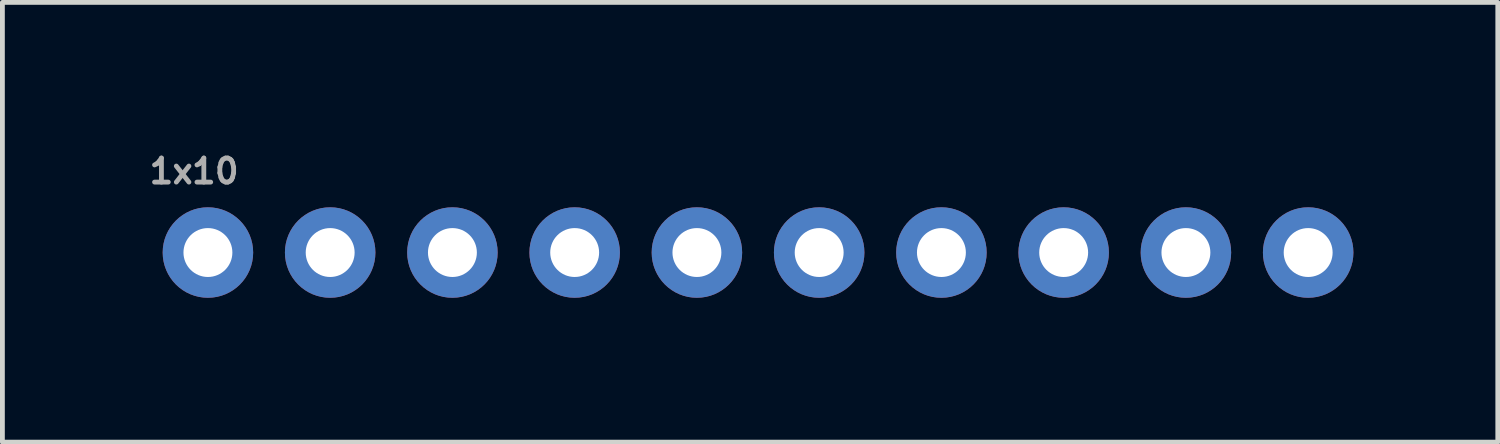
<source format=kicad_pcb>
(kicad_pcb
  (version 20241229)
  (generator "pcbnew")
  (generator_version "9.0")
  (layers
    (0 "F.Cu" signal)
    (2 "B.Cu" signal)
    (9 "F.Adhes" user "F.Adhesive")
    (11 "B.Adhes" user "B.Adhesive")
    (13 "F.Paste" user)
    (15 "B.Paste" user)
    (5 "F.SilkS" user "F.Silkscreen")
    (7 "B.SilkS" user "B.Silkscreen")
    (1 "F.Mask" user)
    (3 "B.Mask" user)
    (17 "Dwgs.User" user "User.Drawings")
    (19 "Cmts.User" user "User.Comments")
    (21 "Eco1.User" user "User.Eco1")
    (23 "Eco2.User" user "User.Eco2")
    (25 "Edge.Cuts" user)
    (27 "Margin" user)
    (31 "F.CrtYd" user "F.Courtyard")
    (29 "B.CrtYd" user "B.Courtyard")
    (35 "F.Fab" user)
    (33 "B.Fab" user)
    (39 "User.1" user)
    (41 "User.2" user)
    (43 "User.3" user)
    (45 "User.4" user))
  (footprint "1x10"
    (layer "F.Cu")
    (at 1.27 2.197)
    (property "Reference" "1x10" (at -1.27 -1.397 0) (layer "F.Fab") (effects (font (size 0.5 0.5) (thickness 0.1)) (justify left bottom)))
    (fp_poly (pts (xy -0.254 0.254) (xy 0.254 0.254) (xy 0.254 -0.254) (xy -0.254 -0.254)) (stroke (width 0.1) (type default)) (fill no) (layer "F.Fab"))
    (fp_poly (pts (xy 2.286 0.254) (xy 2.794 0.254) (xy 2.794 -0.254) (xy 2.286 -0.254)) (stroke (width 0.1) (type default)) (fill no) (layer "F.Fab"))
    (fp_poly (pts (xy 4.826 0.254) (xy 5.334 0.254) (xy 5.334 -0.254) (xy 4.826 -0.254)) (stroke (width 0.1) (type default)) (fill no) (layer "F.Fab"))
    (fp_poly (pts (xy 7.366 0.254) (xy 7.874 0.254) (xy 7.874 -0.254) (xy 7.366 -0.254)) (stroke (width 0.1) (type default)) (fill no) (layer "F.Fab"))
    (fp_poly (pts (xy 9.906 0.254) (xy 10.414 0.254) (xy 10.414 -0.254) (xy 9.906 -0.254)) (stroke (width 0.1) (type default)) (fill no) (layer "F.Fab"))
    (fp_poly (pts (xy 12.446 0.254) (xy 12.954 0.254) (xy 12.954 -0.254) (xy 12.446 -0.254)) (stroke (width 0.1) (type default)) (fill no) (layer "F.Fab"))
    (fp_poly (pts (xy 14.986 0.254) (xy 15.494 0.254) (xy 15.494 -0.254) (xy 14.986 -0.254)) (stroke (width 0.1) (type default)) (fill no) (layer "F.Fab"))
    (fp_poly (pts (xy 17.526 0.254) (xy 18.034 0.254) (xy 18.034 -0.254) (xy 17.526 -0.254)) (stroke (width 0.1) (type default)) (fill no) (layer "F.Fab"))
    (fp_poly (pts (xy 20.066 0.254) (xy 20.574 0.254) (xy 20.574 -0.254) (xy 20.066 -0.254)) (stroke (width 0.1) (type default)) (fill no) (layer "F.Fab"))
    (fp_poly (pts (xy 22.606 0.254) (xy 23.114 0.254) (xy 23.114 -0.254) (xy 22.606 -0.254)) (stroke (width 0.1) (type default)) (fill no) (layer "F.Fab"))
    (pad "1" thru_hole circle (at 0 0 90) (size 1.88 1.88) (drill 1.016) (layers "*.Cu" "*.Mask"))
    (pad "2" thru_hole circle (at 2.54 0 90) (size 1.88 1.88) (drill 1.016) (layers "*.Cu" "*.Mask"))
    (pad "3" thru_hole circle (at 5.08 0 90) (size 1.88 1.88) (drill 1.016) (layers "*.Cu" "*.Mask"))
    (pad "4" thru_hole circle (at 7.62 0 90) (size 1.88 1.88) (drill 1.016) (layers "*.Cu" "*.Mask"))
    (pad "5" thru_hole circle (at 10.16 0 90) (size 1.88 1.88) (drill 1.016) (layers "*.Cu" "*.Mask"))
    (pad "6" thru_hole circle (at 12.7 0 90) (size 1.88 1.88) (drill 1.016) (layers "*.Cu" "*.Mask"))
    (pad "7" thru_hole circle (at 15.24 0 90) (size 1.88 1.88) (drill 1.016) (layers "*.Cu" "*.Mask"))
    (pad "8" thru_hole circle (at 17.78 0 90) (size 1.88 1.88) (drill 1.016) (layers "*.Cu" "*.Mask"))
    (pad "9" thru_hole circle (at 20.32 0 90) (size 1.88 1.88) (drill 1.016) (layers "*.Cu" "*.Mask"))
    (pad "10" thru_hole circle (at 22.86 0 90) (size 1.88 1.88) (drill 1.016) (layers "*.Cu" "*.Mask")))
  (gr_rect
    (start -3 -3)
    (end 28.07 6.137)
    (stroke (width 0.1) (type default))
    (fill no)
    (layer "Edge.Cuts")))
</source>
